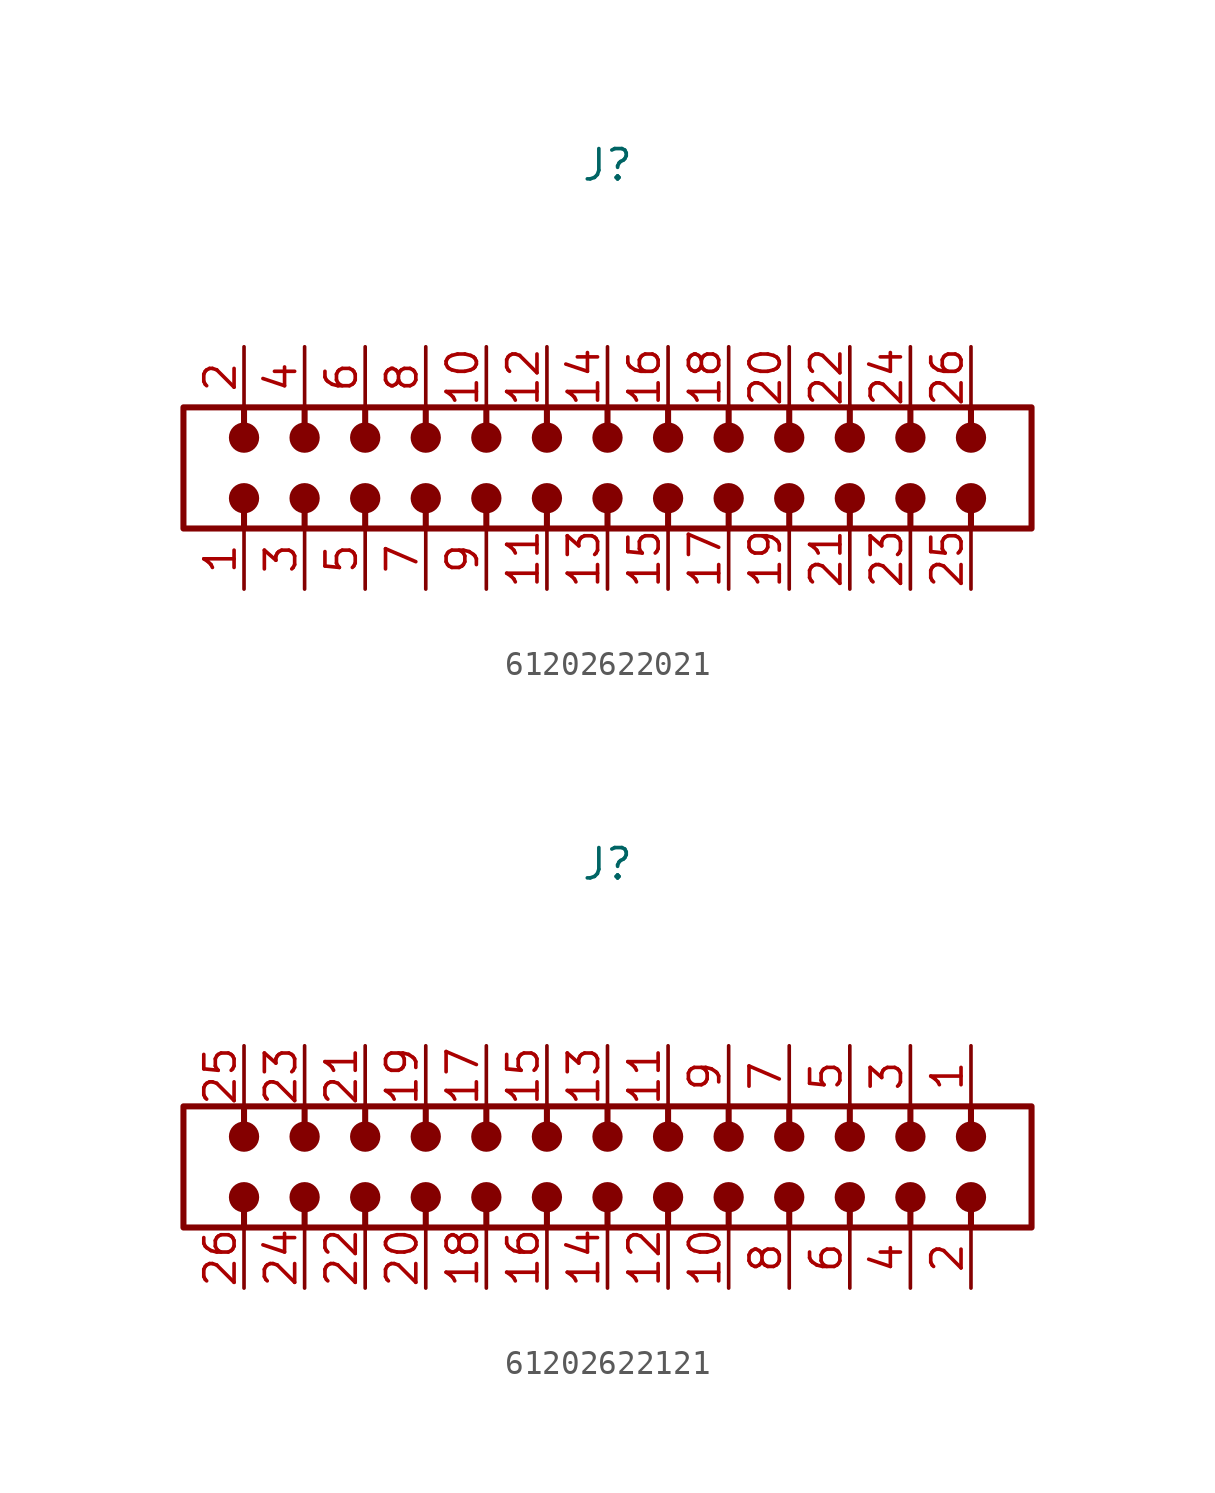
<source format=kicad_sym>
(kicad_symbol_lib
  (version 20241209)
  (generator "kicad_symbol_editor")
  (generator_version "9.0")
  (symbol "61202622021"
    (pin_names
      (hide yes))
    (property "Reference" "J"
      (at 0 12.7 0)
      (effects (font (size 1.27 1.27))))
    (symbol "61202622021_1_1"
      (rectangle (start -17.78 2.54) (end 17.78 -2.54) (stroke (width 0.254) (type solid)) (fill (type none)))
      (polyline (pts (xy -15.24 1.778) (xy -15.24 2.54)) (stroke (width 0.254) (type solid)) (fill (type none)))
      (circle (center -15.24 1.27) (radius 0.508) (stroke (width 0.254) (type solid)) (fill (type outline)))
      (circle (center -15.24 -1.27) (radius 0.508) (stroke (width 0.254) (type solid)) (fill (type outline)))
      (polyline (pts (xy -15.24 -1.778) (xy -15.24 -2.54)) (stroke (width 0.254) (type solid)) (fill (type none)))
      (polyline (pts (xy -12.7 1.778) (xy -12.7 2.54)) (stroke (width 0.254) (type solid)) (fill (type none)))
      (circle (center -12.7 1.27) (radius 0.508) (stroke (width 0.254) (type solid)) (fill (type outline)))
      (circle (center -12.7 -1.27) (radius 0.508) (stroke (width 0.254) (type solid)) (fill (type outline)))
      (polyline (pts (xy -12.7 -1.778) (xy -12.7 -2.54)) (stroke (width 0.254) (type solid)) (fill (type none)))
      (polyline (pts (xy -10.16 1.778) (xy -10.16 2.54)) (stroke (width 0.254) (type solid)) (fill (type none)))
      (circle (center -10.16 1.27) (radius 0.508) (stroke (width 0.254) (type solid)) (fill (type outline)))
      (circle (center -10.16 -1.27) (radius 0.508) (stroke (width 0.254) (type solid)) (fill (type outline)))
      (polyline (pts (xy -10.16 -1.778) (xy -10.16 -2.54)) (stroke (width 0.254) (type solid)) (fill (type none)))
      (polyline (pts (xy -7.62 1.778) (xy -7.62 2.54)) (stroke (width 0.254) (type solid)) (fill (type none)))
      (circle (center -7.62 1.27) (radius 0.508) (stroke (width 0.254) (type solid)) (fill (type outline)))
      (circle (center -7.62 -1.27) (radius 0.508) (stroke (width 0.254) (type solid)) (fill (type outline)))
      (polyline (pts (xy -7.62 -1.778) (xy -7.62 -2.54)) (stroke (width 0.254) (type solid)) (fill (type none)))
      (polyline (pts (xy -5.08 1.778) (xy -5.08 2.54)) (stroke (width 0.254) (type solid)) (fill (type none)))
      (circle (center -5.08 1.27) (radius 0.508) (stroke (width 0.254) (type solid)) (fill (type outline)))
      (circle (center -5.08 -1.27) (radius 0.508) (stroke (width 0.254) (type solid)) (fill (type outline)))
      (polyline (pts (xy -5.08 -1.778) (xy -5.08 -2.54)) (stroke (width 0.254) (type solid)) (fill (type none)))
      (polyline (pts (xy -2.54 1.778) (xy -2.54 2.54)) (stroke (width 0.254) (type solid)) (fill (type none)))
      (circle (center -2.54 1.27) (radius 0.508) (stroke (width 0.254) (type solid)) (fill (type outline)))
      (circle (center -2.54 -1.27) (radius 0.508) (stroke (width 0.254) (type solid)) (fill (type outline)))
      (polyline (pts (xy -2.54 -1.778) (xy -2.54 -2.54)) (stroke (width 0.254) (type solid)) (fill (type none)))
      (polyline (pts (xy 0 1.778) (xy 0 2.54)) (stroke (width 0.254) (type solid)) (fill (type none)))
      (circle (center 0 1.27) (radius 0.508) (stroke (width 0.254) (type solid)) (fill (type outline)))
      (circle (center 0 -1.27) (radius 0.508) (stroke (width 0.254) (type solid)) (fill (type outline)))
      (polyline (pts (xy 0 -1.778) (xy 0 -2.54)) (stroke (width 0.254) (type solid)) (fill (type none)))
      (polyline (pts (xy 2.54 1.778) (xy 2.54 2.54)) (stroke (width 0.254) (type solid)) (fill (type none)))
      (circle (center 2.54 1.27) (radius 0.508) (stroke (width 0.254) (type solid)) (fill (type outline)))
      (circle (center 2.54 -1.27) (radius 0.508) (stroke (width 0.254) (type solid)) (fill (type outline)))
      (polyline (pts (xy 2.54 -1.778) (xy 2.54 -2.54)) (stroke (width 0.254) (type solid)) (fill (type none)))
      (polyline (pts (xy 5.08 1.778) (xy 5.08 2.54)) (stroke (width 0.254) (type solid)) (fill (type none)))
      (circle (center 5.08 1.27) (radius 0.508) (stroke (width 0.254) (type solid)) (fill (type outline)))
      (circle (center 5.08 -1.27) (radius 0.508) (stroke (width 0.254) (type solid)) (fill (type outline)))
      (polyline (pts (xy 5.08 -1.778) (xy 5.08 -2.54)) (stroke (width 0.254) (type solid)) (fill (type none)))
      (polyline (pts (xy 7.62 1.778) (xy 7.62 2.54)) (stroke (width 0.254) (type solid)) (fill (type none)))
      (circle (center 7.62 1.27) (radius 0.508) (stroke (width 0.254) (type solid)) (fill (type outline)))
      (circle (center 7.62 -1.27) (radius 0.508) (stroke (width 0.254) (type solid)) (fill (type outline)))
      (polyline (pts (xy 7.62 -1.778) (xy 7.62 -2.54)) (stroke (width 0.254) (type solid)) (fill (type none)))
      (polyline (pts (xy 10.16 1.778) (xy 10.16 2.54)) (stroke (width 0.254) (type solid)) (fill (type none)))
      (circle (center 10.16 1.27) (radius 0.508) (stroke (width 0.254) (type solid)) (fill (type outline)))
      (circle (center 10.16 -1.27) (radius 0.508) (stroke (width 0.254) (type solid)) (fill (type outline)))
      (polyline (pts (xy 10.16 -1.778) (xy 10.16 -2.54)) (stroke (width 0.254) (type solid)) (fill (type none)))
      (polyline (pts (xy 12.7 1.778) (xy 12.7 2.54)) (stroke (width 0.254) (type solid)) (fill (type none)))
      (circle (center 12.7 1.27) (radius 0.508) (stroke (width 0.254) (type solid)) (fill (type outline)))
      (circle (center 12.7 -1.27) (radius 0.508) (stroke (width 0.254) (type solid)) (fill (type outline)))
      (polyline (pts (xy 12.7 -1.778) (xy 12.7 -2.54)) (stroke (width 0.254) (type solid)) (fill (type none)))
      (polyline (pts (xy 15.24 1.778) (xy 15.24 2.54)) (stroke (width 0.254) (type solid)) (fill (type none)))
      (circle (center 15.24 1.27) (radius 0.508) (stroke (width 0.254) (type solid)) (fill (type outline)))
      (circle (center 15.24 -1.27) (radius 0.508) (stroke (width 0.254) (type solid)) (fill (type outline)))
      (polyline (pts (xy 15.24 -1.778) (xy 15.24 -2.54)) (stroke (width 0.254) (type solid)) (fill (type none)))
      (pin passive line (at -15.24 5.08 270) (length 2.54) (name "2" (effects (font (size 1.27 1.27)))) (number "2" (effects (font (size 1.27 1.27)))))
      (pin passive line (at -15.24 -5.08 90) (length 2.54) (name "1" (effects (font (size 1.27 1.27)))) (number "1" (effects (font (size 1.27 1.27)))))
      (pin passive line (at -12.7 5.08 270) (length 2.54) (name "4" (effects (font (size 1.27 1.27)))) (number "4" (effects (font (size 1.27 1.27)))))
      (pin passive line (at -12.7 -5.08 90) (length 2.54) (name "3" (effects (font (size 1.27 1.27)))) (number "3" (effects (font (size 1.27 1.27)))))
      (pin passive line (at -10.16 5.08 270) (length 2.54) (name "6" (effects (font (size 1.27 1.27)))) (number "6" (effects (font (size 1.27 1.27)))))
      (pin passive line (at -10.16 -5.08 90) (length 2.54) (name "5" (effects (font (size 1.27 1.27)))) (number "5" (effects (font (size 1.27 1.27)))))
      (pin passive line (at -7.62 5.08 270) (length 2.54) (name "8" (effects (font (size 1.27 1.27)))) (number "8" (effects (font (size 1.27 1.27)))))
      (pin passive line (at -7.62 -5.08 90) (length 2.54) (name "7" (effects (font (size 1.27 1.27)))) (number "7" (effects (font (size 1.27 1.27)))))
      (pin passive line (at -5.08 5.08 270) (length 2.54) (name "10" (effects (font (size 1.27 1.27)))) (number "10" (effects (font (size 1.27 1.27)))))
      (pin passive line (at -5.08 -5.08 90) (length 2.54) (name "9" (effects (font (size 1.27 1.27)))) (number "9" (effects (font (size 1.27 1.27)))))
      (pin passive line (at -2.54 5.08 270) (length 2.54) (name "12" (effects (font (size 1.27 1.27)))) (number "12" (effects (font (size 1.27 1.27)))))
      (pin passive line (at -2.54 -5.08 90) (length 2.54) (name "11" (effects (font (size 1.27 1.27)))) (number "11" (effects (font (size 1.27 1.27)))))
      (pin passive line (at 0 5.08 270) (length 2.54) (name "14" (effects (font (size 1.27 1.27)))) (number "14" (effects (font (size 1.27 1.27)))))
      (pin passive line (at 0 -5.08 90) (length 2.54) (name "13" (effects (font (size 1.27 1.27)))) (number "13" (effects (font (size 1.27 1.27)))))
      (pin passive line (at 2.54 5.08 270) (length 2.54) (name "16" (effects (font (size 1.27 1.27)))) (number "16" (effects (font (size 1.27 1.27)))))
      (pin passive line (at 2.54 -5.08 90) (length 2.54) (name "15" (effects (font (size 1.27 1.27)))) (number "15" (effects (font (size 1.27 1.27)))))
      (pin passive line (at 5.08 5.08 270) (length 2.54) (name "18" (effects (font (size 1.27 1.27)))) (number "18" (effects (font (size 1.27 1.27)))))
      (pin passive line (at 5.08 -5.08 90) (length 2.54) (name "17" (effects (font (size 1.27 1.27)))) (number "17" (effects (font (size 1.27 1.27)))))
      (pin passive line (at 7.62 5.08 270) (length 2.54) (name "20" (effects (font (size 1.27 1.27)))) (number "20" (effects (font (size 1.27 1.27)))))
      (pin passive line (at 7.62 -5.08 90) (length 2.54) (name "19" (effects (font (size 1.27 1.27)))) (number "19" (effects (font (size 1.27 1.27)))))
      (pin passive line (at 10.16 5.08 270) (length 2.54) (name "22" (effects (font (size 1.27 1.27)))) (number "22" (effects (font (size 1.27 1.27)))))
      (pin passive line (at 10.16 -5.08 90) (length 2.54) (name "21" (effects (font (size 1.27 1.27)))) (number "21" (effects (font (size 1.27 1.27)))))
      (pin passive line (at 12.7 5.08 270) (length 2.54) (name "24" (effects (font (size 1.27 1.27)))) (number "24" (effects (font (size 1.27 1.27)))))
      (pin passive line (at 12.7 -5.08 90) (length 2.54) (name "23" (effects (font (size 1.27 1.27)))) (number "23" (effects (font (size 1.27 1.27)))))
      (pin passive line (at 15.24 5.08 270) (length 2.54) (name "26" (effects (font (size 1.27 1.27)))) (number "26" (effects (font (size 1.27 1.27)))))
      (pin passive line (at 15.24 -5.08 90) (length 2.54) (name "25" (effects (font (size 1.27 1.27)))) (number "25" (effects (font (size 1.27 1.27)))))))
  (symbol "61202622121"
    (pin_names
      (hide yes))
    (property "Reference" "J"
      (at 0 12.7 0)
      (effects (font (size 1.27 1.27))))
    (symbol "61202622121_1_1"
      (rectangle (start -17.78 2.54) (end 17.78 -2.54) (stroke (width 0.254) (type solid)) (fill (type none)))
      (polyline (pts (xy -15.24 1.778) (xy -15.24 2.54)) (stroke (width 0.254) (type solid)) (fill (type none)))
      (circle (center -15.24 1.27) (radius 0.508) (stroke (width 0.254) (type solid)) (fill (type outline)))
      (circle (center -15.24 -1.27) (radius 0.508) (stroke (width 0.254) (type solid)) (fill (type outline)))
      (polyline (pts (xy -15.24 -1.778) (xy -15.24 -2.54)) (stroke (width 0.254) (type solid)) (fill (type none)))
      (polyline (pts (xy -12.7 1.778) (xy -12.7 2.54)) (stroke (width 0.254) (type solid)) (fill (type none)))
      (circle (center -12.7 1.27) (radius 0.508) (stroke (width 0.254) (type solid)) (fill (type outline)))
      (circle (center -12.7 -1.27) (radius 0.508) (stroke (width 0.254) (type solid)) (fill (type outline)))
      (polyline (pts (xy -12.7 -1.778) (xy -12.7 -2.54)) (stroke (width 0.254) (type solid)) (fill (type none)))
      (polyline (pts (xy -10.16 1.778) (xy -10.16 2.54)) (stroke (width 0.254) (type solid)) (fill (type none)))
      (circle (center -10.16 1.27) (radius 0.508) (stroke (width 0.254) (type solid)) (fill (type outline)))
      (circle (center -10.16 -1.27) (radius 0.508) (stroke (width 0.254) (type solid)) (fill (type outline)))
      (polyline (pts (xy -10.16 -1.778) (xy -10.16 -2.54)) (stroke (width 0.254) (type solid)) (fill (type none)))
      (polyline (pts (xy -7.62 1.778) (xy -7.62 2.54)) (stroke (width 0.254) (type solid)) (fill (type none)))
      (circle (center -7.62 1.27) (radius 0.508) (stroke (width 0.254) (type solid)) (fill (type outline)))
      (circle (center -7.62 -1.27) (radius 0.508) (stroke (width 0.254) (type solid)) (fill (type outline)))
      (polyline (pts (xy -7.62 -1.778) (xy -7.62 -2.54)) (stroke (width 0.254) (type solid)) (fill (type none)))
      (polyline (pts (xy -5.08 1.778) (xy -5.08 2.54)) (stroke (width 0.254) (type solid)) (fill (type none)))
      (circle (center -5.08 1.27) (radius 0.508) (stroke (width 0.254) (type solid)) (fill (type outline)))
      (circle (center -5.08 -1.27) (radius 0.508) (stroke (width 0.254) (type solid)) (fill (type outline)))
      (polyline (pts (xy -5.08 -1.778) (xy -5.08 -2.54)) (stroke (width 0.254) (type solid)) (fill (type none)))
      (polyline (pts (xy -2.54 1.778) (xy -2.54 2.54)) (stroke (width 0.254) (type solid)) (fill (type none)))
      (circle (center -2.54 1.27) (radius 0.508) (stroke (width 0.254) (type solid)) (fill (type outline)))
      (circle (center -2.54 -1.27) (radius 0.508) (stroke (width 0.254) (type solid)) (fill (type outline)))
      (polyline (pts (xy -2.54 -1.778) (xy -2.54 -2.54)) (stroke (width 0.254) (type solid)) (fill (type none)))
      (polyline (pts (xy 0 1.778) (xy 0 2.54)) (stroke (width 0.254) (type solid)) (fill (type none)))
      (circle (center 0 1.27) (radius 0.508) (stroke (width 0.254) (type solid)) (fill (type outline)))
      (circle (center 0 -1.27) (radius 0.508) (stroke (width 0.254) (type solid)) (fill (type outline)))
      (polyline (pts (xy 0 -1.778) (xy 0 -2.54)) (stroke (width 0.254) (type solid)) (fill (type none)))
      (polyline (pts (xy 2.54 1.778) (xy 2.54 2.54)) (stroke (width 0.254) (type solid)) (fill (type none)))
      (circle (center 2.54 1.27) (radius 0.508) (stroke (width 0.254) (type solid)) (fill (type outline)))
      (circle (center 2.54 -1.27) (radius 0.508) (stroke (width 0.254) (type solid)) (fill (type outline)))
      (polyline (pts (xy 2.54 -1.778) (xy 2.54 -2.54)) (stroke (width 0.254) (type solid)) (fill (type none)))
      (polyline (pts (xy 5.08 1.778) (xy 5.08 2.54)) (stroke (width 0.254) (type solid)) (fill (type none)))
      (circle (center 5.08 1.27) (radius 0.508) (stroke (width 0.254) (type solid)) (fill (type outline)))
      (circle (center 5.08 -1.27) (radius 0.508) (stroke (width 0.254) (type solid)) (fill (type outline)))
      (polyline (pts (xy 5.08 -1.778) (xy 5.08 -2.54)) (stroke (width 0.254) (type solid)) (fill (type none)))
      (polyline (pts (xy 7.62 1.778) (xy 7.62 2.54)) (stroke (width 0.254) (type solid)) (fill (type none)))
      (circle (center 7.62 1.27) (radius 0.508) (stroke (width 0.254) (type solid)) (fill (type outline)))
      (circle (center 7.62 -1.27) (radius 0.508) (stroke (width 0.254) (type solid)) (fill (type outline)))
      (polyline (pts (xy 7.62 -1.778) (xy 7.62 -2.54)) (stroke (width 0.254) (type solid)) (fill (type none)))
      (polyline (pts (xy 10.16 1.778) (xy 10.16 2.54)) (stroke (width 0.254) (type solid)) (fill (type none)))
      (circle (center 10.16 1.27) (radius 0.508) (stroke (width 0.254) (type solid)) (fill (type outline)))
      (circle (center 10.16 -1.27) (radius 0.508) (stroke (width 0.254) (type solid)) (fill (type outline)))
      (polyline (pts (xy 10.16 -1.778) (xy 10.16 -2.54)) (stroke (width 0.254) (type solid)) (fill (type none)))
      (polyline (pts (xy 12.7 1.778) (xy 12.7 2.54)) (stroke (width 0.254) (type solid)) (fill (type none)))
      (circle (center 12.7 1.27) (radius 0.508) (stroke (width 0.254) (type solid)) (fill (type outline)))
      (circle (center 12.7 -1.27) (radius 0.508) (stroke (width 0.254) (type solid)) (fill (type outline)))
      (polyline (pts (xy 12.7 -1.778) (xy 12.7 -2.54)) (stroke (width 0.254) (type solid)) (fill (type none)))
      (polyline (pts (xy 15.24 1.778) (xy 15.24 2.54)) (stroke (width 0.254) (type solid)) (fill (type none)))
      (circle (center 15.24 1.27) (radius 0.508) (stroke (width 0.254) (type solid)) (fill (type outline)))
      (circle (center 15.24 -1.27) (radius 0.508) (stroke (width 0.254) (type solid)) (fill (type outline)))
      (polyline (pts (xy 15.24 -1.778) (xy 15.24 -2.54)) (stroke (width 0.254) (type solid)) (fill (type none)))
      (pin passive line (at -15.24 5.08 270) (length 2.54) (name "25" (effects (font (size 1.27 1.27)))) (number "25" (effects (font (size 1.27 1.27)))))
      (pin passive line (at -15.24 -5.08 90) (length 2.54) (name "26" (effects (font (size 1.27 1.27)))) (number "26" (effects (font (size 1.27 1.27)))))
      (pin passive line (at -12.7 5.08 270) (length 2.54) (name "23" (effects (font (size 1.27 1.27)))) (number "23" (effects (font (size 1.27 1.27)))))
      (pin passive line (at -12.7 -5.08 90) (length 2.54) (name "24" (effects (font (size 1.27 1.27)))) (number "24" (effects (font (size 1.27 1.27)))))
      (pin passive line (at -10.16 5.08 270) (length 2.54) (name "21" (effects (font (size 1.27 1.27)))) (number "21" (effects (font (size 1.27 1.27)))))
      (pin passive line (at -10.16 -5.08 90) (length 2.54) (name "22" (effects (font (size 1.27 1.27)))) (number "22" (effects (font (size 1.27 1.27)))))
      (pin passive line (at -7.62 5.08 270) (length 2.54) (name "19" (effects (font (size 1.27 1.27)))) (number "19" (effects (font (size 1.27 1.27)))))
      (pin passive line (at -7.62 -5.08 90) (length 2.54) (name "20" (effects (font (size 1.27 1.27)))) (number "20" (effects (font (size 1.27 1.27)))))
      (pin passive line (at -5.08 5.08 270) (length 2.54) (name "17" (effects (font (size 1.27 1.27)))) (number "17" (effects (font (size 1.27 1.27)))))
      (pin passive line (at -5.08 -5.08 90) (length 2.54) (name "18" (effects (font (size 1.27 1.27)))) (number "18" (effects (font (size 1.27 1.27)))))
      (pin passive line (at -2.54 5.08 270) (length 2.54) (name "15" (effects (font (size 1.27 1.27)))) (number "15" (effects (font (size 1.27 1.27)))))
      (pin passive line (at -2.54 -5.08 90) (length 2.54) (name "16" (effects (font (size 1.27 1.27)))) (number "16" (effects (font (size 1.27 1.27)))))
      (pin passive line (at 0 5.08 270) (length 2.54) (name "13" (effects (font (size 1.27 1.27)))) (number "13" (effects (font (size 1.27 1.27)))))
      (pin passive line (at 0 -5.08 90) (length 2.54) (name "14" (effects (font (size 1.27 1.27)))) (number "14" (effects (font (size 1.27 1.27)))))
      (pin passive line (at 2.54 5.08 270) (length 2.54) (name "11" (effects (font (size 1.27 1.27)))) (number "11" (effects (font (size 1.27 1.27)))))
      (pin passive line (at 2.54 -5.08 90) (length 2.54) (name "12" (effects (font (size 1.27 1.27)))) (number "12" (effects (font (size 1.27 1.27)))))
      (pin passive line (at 5.08 5.08 270) (length 2.54) (name "9" (effects (font (size 1.27 1.27)))) (number "9" (effects (font (size 1.27 1.27)))))
      (pin passive line (at 5.08 -5.08 90) (length 2.54) (name "10" (effects (font (size 1.27 1.27)))) (number "10" (effects (font (size 1.27 1.27)))))
      (pin passive line (at 7.62 5.08 270) (length 2.54) (name "7" (effects (font (size 1.27 1.27)))) (number "7" (effects (font (size 1.27 1.27)))))
      (pin passive line (at 7.62 -5.08 90) (length 2.54) (name "8" (effects (font (size 1.27 1.27)))) (number "8" (effects (font (size 1.27 1.27)))))
      (pin passive line (at 10.16 5.08 270) (length 2.54) (name "5" (effects (font (size 1.27 1.27)))) (number "5" (effects (font (size 1.27 1.27)))))
      (pin passive line (at 10.16 -5.08 90) (length 2.54) (name "6" (effects (font (size 1.27 1.27)))) (number "6" (effects (font (size 1.27 1.27)))))
      (pin passive line (at 12.7 5.08 270) (length 2.54) (name "3" (effects (font (size 1.27 1.27)))) (number "3" (effects (font (size 1.27 1.27)))))
      (pin passive line (at 12.7 -5.08 90) (length 2.54) (name "4" (effects (font (size 1.27 1.27)))) (number "4" (effects (font (size 1.27 1.27)))))
      (pin passive line (at 15.24 5.08 270) (length 2.54) (name "1" (effects (font (size 1.27 1.27)))) (number "1" (effects (font (size 1.27 1.27)))))
      (pin passive line (at 15.24 -5.08 90) (length 2.54) (name "2" (effects (font (size 1.27 1.27)))) (number "2" (effects (font (size 1.27 1.27))))))))
</source>
